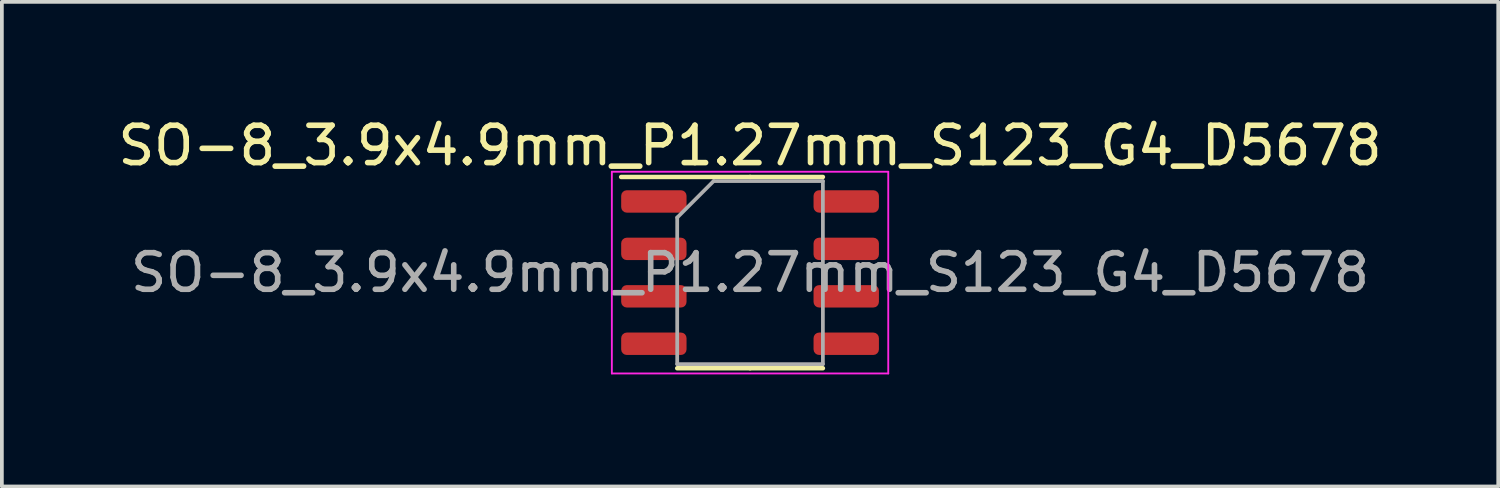
<source format=kicad_pcb>
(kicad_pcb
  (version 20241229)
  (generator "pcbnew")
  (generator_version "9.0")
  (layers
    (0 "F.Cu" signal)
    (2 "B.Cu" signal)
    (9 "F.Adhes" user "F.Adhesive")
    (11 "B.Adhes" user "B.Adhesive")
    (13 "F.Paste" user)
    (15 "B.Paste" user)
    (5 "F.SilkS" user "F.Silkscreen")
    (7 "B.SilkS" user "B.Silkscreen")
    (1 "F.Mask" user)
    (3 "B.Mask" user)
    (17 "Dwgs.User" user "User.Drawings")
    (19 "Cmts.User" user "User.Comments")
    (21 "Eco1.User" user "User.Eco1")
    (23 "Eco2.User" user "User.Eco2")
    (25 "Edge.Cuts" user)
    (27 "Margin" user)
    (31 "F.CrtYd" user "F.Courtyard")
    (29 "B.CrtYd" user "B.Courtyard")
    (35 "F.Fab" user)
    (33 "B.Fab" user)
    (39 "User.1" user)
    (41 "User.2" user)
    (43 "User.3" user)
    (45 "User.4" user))
  (footprint "SO-8_3.9x4.9mm_P1.27mm_S123_G4_D5678"
    (layer "F.Cu")
    (at 17.03 4.248)
    (property "Reference" "SO-8_3.9x4.9mm_P1.27mm_S123_G4_D5678" (at 0 -3.4 0) (layer "F.SilkS") (effects (font (size 1 1) (thickness 0.15))))
    (attr smd)
    (fp_line (start 0 -2.56) (end -3.45 -2.56) (stroke (width 0.12) (type solid)) (layer "F.SilkS"))
    (fp_line (start 0 -2.56) (end 1.95 -2.56) (stroke (width 0.12) (type solid)) (layer "F.SilkS"))
    (fp_line (start 0 2.56) (end -1.95 2.56) (stroke (width 0.12) (type solid)) (layer "F.SilkS"))
    (fp_line (start 0 2.56) (end 1.95 2.56) (stroke (width 0.12) (type solid)) (layer "F.SilkS"))
    (fp_line (start -3.7 -2.7) (end -3.7 2.7) (stroke (width 0.05) (type solid)) (layer "F.CrtYd"))
    (fp_line (start -3.7 2.7) (end 3.7 2.7) (stroke (width 0.05) (type solid)) (layer "F.CrtYd"))
    (fp_line (start 3.7 -2.7) (end -3.7 -2.7) (stroke (width 0.05) (type solid)) (layer "F.CrtYd"))
    (fp_line (start 3.7 2.7) (end 3.7 -2.7) (stroke (width 0.05) (type solid)) (layer "F.CrtYd"))
    (fp_line (start -1.95 -1.475) (end -0.975 -2.45) (stroke (width 0.1) (type solid)) (layer "F.Fab"))
    (fp_line (start -1.95 2.45) (end -1.95 -1.475) (stroke (width 0.1) (type solid)) (layer "F.Fab"))
    (fp_line (start -0.975 -2.45) (end 1.95 -2.45) (stroke (width 0.1) (type solid)) (layer "F.Fab"))
    (fp_line (start 1.95 -2.45) (end 1.95 2.45) (stroke (width 0.1) (type solid)) (layer "F.Fab"))
    (fp_line (start 1.95 2.45) (end -1.95 2.45) (stroke (width 0.1) (type solid)) (layer "F.Fab"))
    (fp_text user "${REFERENCE}" (at 0 0 0) (layer "F.Fab") (effects (font (size 0.98 0.98) (thickness 0.15))))
    (pad "1" smd roundrect (at -2.575 -1.905) (size 1.75 0.6) (layers "F.Cu" "F.Mask" "F.Paste") (roundrect_rratio 0.25))
    (pad "1" smd roundrect (at -2.575 -0.635) (size 1.75 0.6) (layers "F.Cu" "F.Mask" "F.Paste") (roundrect_rratio 0.25))
    (pad "1" smd roundrect (at -2.575 0.635) (size 1.75 0.6) (layers "F.Cu" "F.Mask" "F.Paste") (roundrect_rratio 0.25))
    (pad "2" smd roundrect (at 2.575 -1.905) (size 1.75 0.6) (layers "F.Cu" "F.Mask" "F.Paste") (roundrect_rratio 0.25))
    (pad "2" smd roundrect (at 2.575 -0.635) (size 1.75 0.6) (layers "F.Cu" "F.Mask" "F.Paste") (roundrect_rratio 0.25))
    (pad "2" smd roundrect (at 2.575 0.635) (size 1.75 0.6) (layers "F.Cu" "F.Mask" "F.Paste") (roundrect_rratio 0.25))
    (pad "2" smd roundrect (at 2.575 1.905) (size 1.75 0.6) (layers "F.Cu" "F.Mask" "F.Paste") (roundrect_rratio 0.25))
    (pad "3" smd roundrect (at -2.575 1.905) (size 1.75 0.6) (layers "F.Cu" "F.Mask" "F.Paste") (roundrect_rratio 0.25)))
  (gr_rect
    (start -3 -3)
    (end 37.06 9.973)
    (stroke (width 0.1) (type default))
    (fill no)
    (layer "Edge.Cuts")))
</source>
